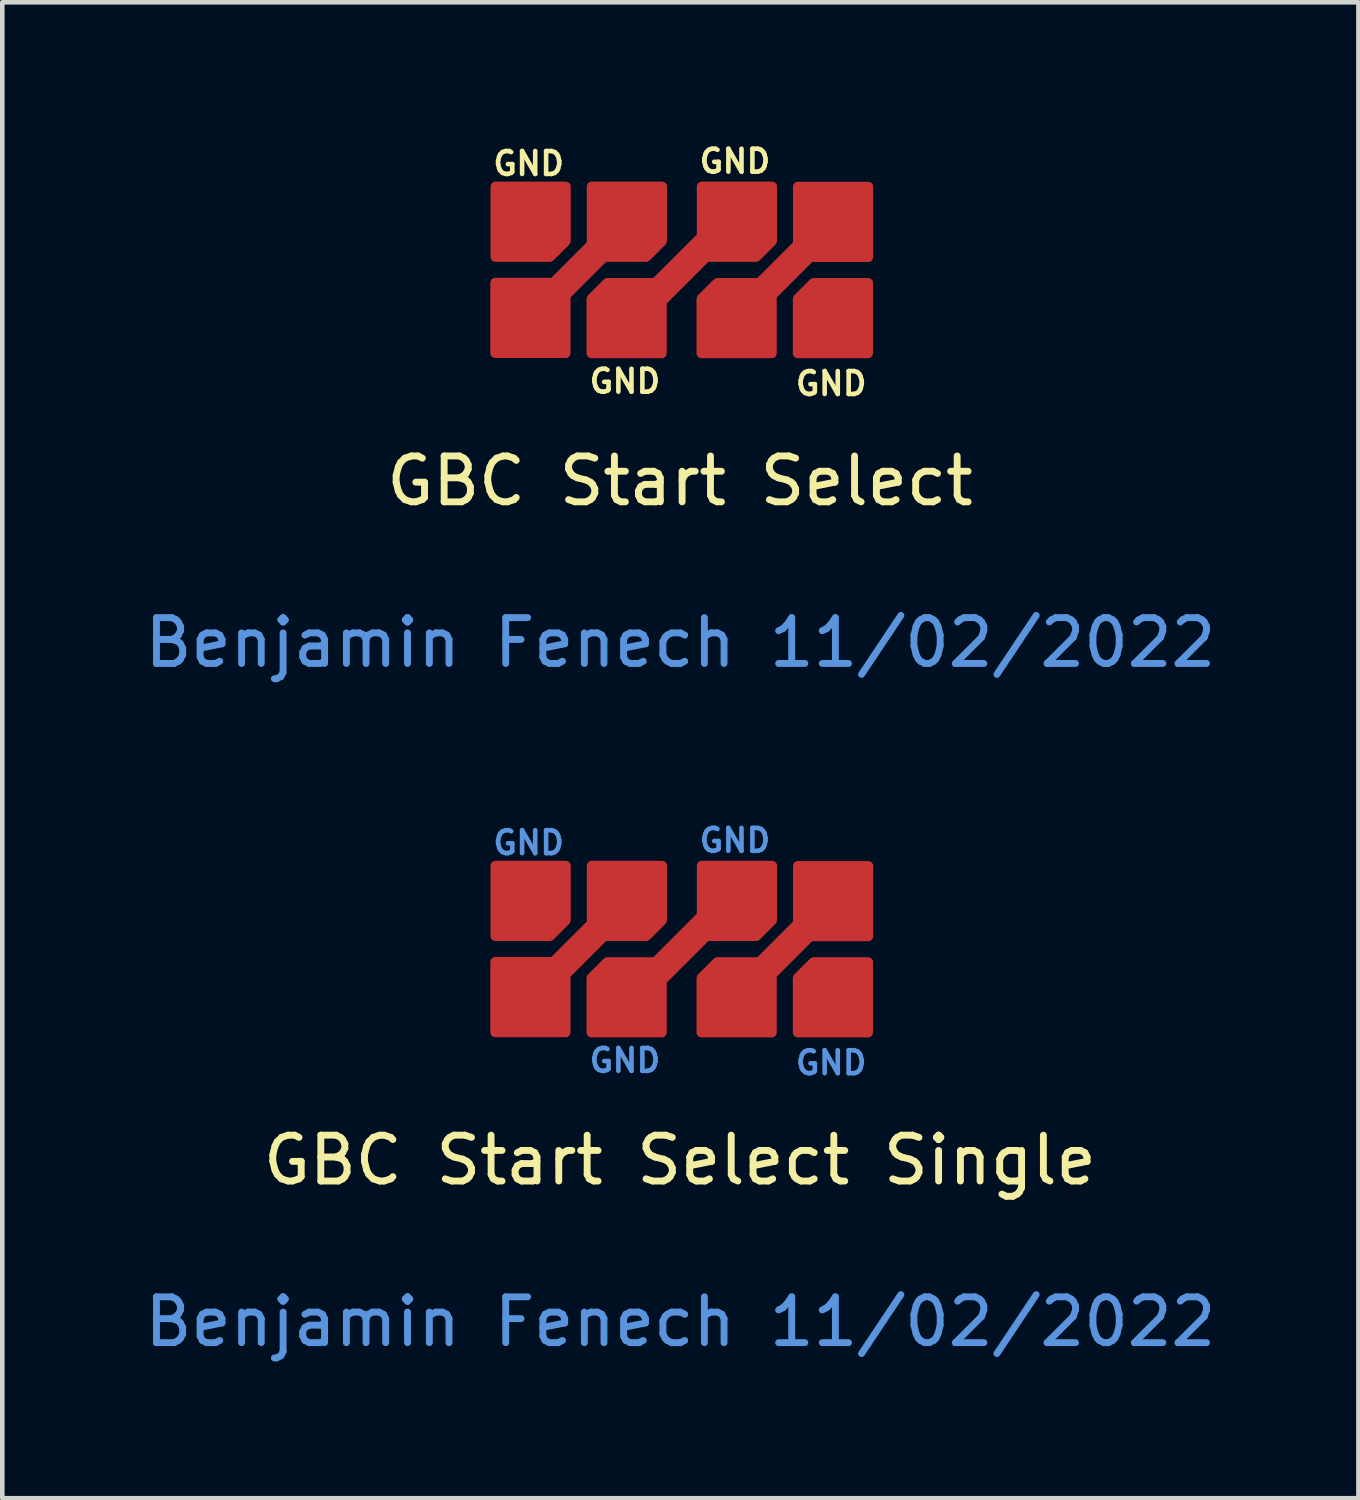
<source format=kicad_pcb>
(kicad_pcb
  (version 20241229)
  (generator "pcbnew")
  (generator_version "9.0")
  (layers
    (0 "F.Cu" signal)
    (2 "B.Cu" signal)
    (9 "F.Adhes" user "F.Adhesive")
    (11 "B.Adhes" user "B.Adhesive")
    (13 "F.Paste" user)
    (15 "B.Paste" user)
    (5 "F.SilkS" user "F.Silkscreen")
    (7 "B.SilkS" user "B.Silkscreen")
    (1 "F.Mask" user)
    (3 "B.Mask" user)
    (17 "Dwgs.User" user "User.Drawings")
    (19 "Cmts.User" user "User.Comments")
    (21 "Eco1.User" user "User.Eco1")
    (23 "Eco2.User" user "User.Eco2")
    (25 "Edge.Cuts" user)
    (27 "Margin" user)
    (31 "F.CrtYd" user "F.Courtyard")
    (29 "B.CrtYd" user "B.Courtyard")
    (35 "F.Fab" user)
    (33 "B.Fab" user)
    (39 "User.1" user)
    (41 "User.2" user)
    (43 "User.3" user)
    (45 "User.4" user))
  (footprint "GBC Start Select Single"
    (layer "F.Cu")
    (at 11.782 17.584)
    (property "Reference" "GBC Start Select Single" (at 0 4.674 0) (unlocked yes) (layer "F.SilkS") (effects (font (size 1 1) (thickness 0.15))))
    (attr smd)
    (fp_text user "GND" (at -3.3 -2.25 0) (unlocked yes) (layer "Cmts.User") (effects (font (size 0.5 0.5) (thickness 0.1))))
    (fp_text user "Benjamin Fenech 11/02/2022" (at 0.01 8.2 0) (unlocked yes) (layer "Cmts.User") (effects (font (size 1 1) (thickness 0.15))))
    (fp_text user "GND" (at 3.3 2.55 0) (unlocked yes) (layer "Cmts.User") (effects (font (size 0.5 0.5) (thickness 0.1))))
    (fp_text user "GND" (at 1.2 -2.3 0) (unlocked yes) (layer "Cmts.User") (effects (font (size 0.5 0.5) (thickness 0.1))))
    (fp_text user "GND" (at -1.2 2.5 0) (unlocked yes) (layer "Cmts.User") (effects (font (size 0.5 0.5) (thickness 0.1))))
    (pad "1" smd custom (at -3.7 -1.35) (size 0.712 0.712) (layers "F.Cu" "F.Mask" "F.Paste") (options (anchor circle)) (primitives (gr_poly (pts (xy 1.218 0.794) (xy 0.869 1.144) (xy -0.332 1.144) (xy -0.332 -0.406) (xy 1.218 -0.406)) (width 0.2) (fill yes)) (gr_poly (pts (xy 0.263 -0.342) (xy 0.321 -0.304) (xy 0.359 -0.246) (xy 0.373 -0.178) (xy 0.373 0.178) (xy 0.359 0.246) (xy 0.321 0.304) (xy 0.263 0.342) (xy 0.195 0.356) (xy -0.192 0.356) (xy -0.26 0.342) (xy -0.318 0.304) (xy -0.356 0.246) (xy -0.37 0.178) (xy -0.37 -0.178) (xy -0.356 -0.246) (xy -0.318 -0.304) (xy -0.26 -0.342) (xy -0.192 -0.356) (xy 0.195 -0.356)) (width 0) (fill yes))))
    (pad "2" smd custom (at -3.63 1.62 90) (size 0.712 0.712) (layers "F.Cu" "F.Mask" "F.Paste") (options (anchor circle)) (primitives (gr_poly (pts (xy 1.278 0.794) (xy 0.928 1.144) (xy -0.272 1.144) (xy -0.272 -0.406) (xy 1.278 -0.406)) (width 0.2) (fill yes)) (gr_poly (pts (xy 0.262 -0.342) (xy 0.319 -0.304) (xy 0.358 -0.246) (xy 0.371 -0.178) (xy 0.371 0.178) (xy 0.358 0.246) (xy 0.319 0.304) (xy 0.262 0.342) (xy 0.194 0.356) (xy -0.194 0.356) (xy -0.262 0.342) (xy -0.319 0.304) (xy -0.358 0.246) (xy -0.371 0.178) (xy -0.371 -0.178) (xy -0.358 -0.246) (xy -0.319 -0.304) (xy -0.262 -0.342) (xy -0.194 -0.356) (xy 0.194 -0.356)) (width 0) (fill yes)) (gr_line (start 1.065 0.935) (end 1.915 1.785) (width 0.6)) (gr_poly (pts (xy 3.376 3.248) (xy 2.176 3.248) (xy 1.826 2.898) (xy 1.826 1.698) (xy 3.376 1.698)) (width 0.2) (fill yes))))
    (pad "3" smd custom (at -0.66 1.49 180) (size 0.712 0.712) (layers "F.Cu" "F.Mask" "F.Paste") (options (anchor circle)) (primitives (gr_poly (pts (xy 0.262 -0.342) (xy 0.319 -0.304) (xy 0.358 -0.246) (xy 0.371 -0.178) (xy 0.371 0.178) (xy 0.358 0.246) (xy 0.319 0.304) (xy 0.262 0.342) (xy 0.194 0.356) (xy -0.194 0.356) (xy -0.262 0.342) (xy -0.319 0.304) (xy -0.358 0.246) (xy -0.371 0.178) (xy -0.371 -0.178) (xy -0.358 -0.246) (xy -0.319 -0.304) (xy -0.262 -0.342) (xy -0.194 -0.356) (xy 0.194 -0.356)) (width 0) (fill yes)) (gr_poly (pts (xy 1.278 0.794) (xy 0.928 1.144) (xy -0.272 1.144) (xy -0.272 -0.406) (xy 1.278 -0.406)) (width 0.2) (fill yes)) (gr_line (start -0.18 0.92) (end -1.33 2.07) (width 0.6)) (gr_poly (pts (xy -1.129 3.246) (xy -2.679 3.246) (xy -2.679 2.046) (xy -2.329 1.696) (xy -1.129 1.696)) (width 0.2) (fill yes))))
    (pad "4" smd custom (at 1.74 1.49 180) (size 0.712 0.712) (layers "F.Cu" "F.Mask" "F.Paste") (options (anchor circle)) (primitives (gr_poly (pts (xy 1.278 0.794) (xy 0.928 1.144) (xy -0.272 1.144) (xy -0.272 -0.406) (xy 1.278 -0.406)) (width 0.2) (fill yes)) (gr_poly (pts (xy 0.262 -0.342) (xy 0.319 -0.304) (xy 0.358 -0.246) (xy 0.371 -0.178) (xy 0.371 0.178) (xy 0.358 0.246) (xy 0.319 0.304) (xy 0.262 0.342) (xy 0.194 0.356) (xy -0.194 0.356) (xy -0.262 0.342) (xy -0.319 0.304) (xy -0.358 0.246) (xy -0.371 0.178) (xy -0.371 -0.178) (xy -0.358 -0.246) (xy -0.319 -0.304) (xy -0.262 -0.342) (xy -0.194 -0.356) (xy 0.194 -0.356)) (width 0) (fill yes)) (gr_line (start -0.175 1.045) (end -1.025 1.895) (width 0.6)) (gr_poly (pts (xy -0.826 2.042) (xy -0.826 3.241) (xy -2.376 3.241) (xy -2.376 1.692) (xy -1.176 1.692)) (width 0.2) (fill yes))))
    (pad "5" smd custom (at 3.84 1.49 180) (size 0.712 0.712) (layers "F.Cu" "F.Mask" "F.Paste") (options (anchor circle)) (primitives (gr_poly (pts (xy 0.262 -0.342) (xy 0.319 -0.304) (xy 0.358 -0.246) (xy 0.371 -0.178) (xy 0.371 0.178) (xy 0.358 0.246) (xy 0.319 0.304) (xy 0.262 0.342) (xy 0.194 0.356) (xy -0.194 0.356) (xy -0.262 0.342) (xy -0.319 0.304) (xy -0.358 0.246) (xy -0.371 0.178) (xy -0.371 -0.178) (xy -0.358 -0.246) (xy -0.319 -0.304) (xy -0.262 -0.342) (xy -0.194 -0.356) (xy 0.194 -0.356)) (width 0) (fill yes)) (gr_poly (pts (xy 1.278 0.794) (xy 0.928 1.144) (xy -0.272 1.144) (xy -0.272 -0.406) (xy 1.278 -0.406)) (width 0.2) (fill yes)))))
  (footprint "GBC Start Select"
    (layer "F.Cu")
    (at 11.782 2.768)
    (property "Reference" "GBC Start Select" (at 0 4.674 0) (unlocked yes) (layer "F.SilkS") (effects (font (size 1 1) (thickness 0.15))))
    (attr smd)
    (fp_line (start -2.695 0.555) (end -1.845 -0.295) (stroke (width 0.6) (type solid)) (layer "F.Cu"))
    (fp_line (start -0.48 0.57) (end 0.52 -0.43) (stroke (width 0.6) (type solid)) (layer "F.Cu"))
    (fp_line (start 1.915 0.445) (end 2.765 -0.405) (stroke (width 0.6) (type solid)) (layer "F.Cu"))
    (fp_text user "GND" (at 1.2 -2.3 0) (unlocked yes) (layer "F.SilkS") (effects (font (size 0.5 0.5) (thickness 0.1))))
    (fp_text user "GND" (at 3.3 2.55 0) (unlocked yes) (layer "F.SilkS") (effects (font (size 0.5 0.5) (thickness 0.1))))
    (fp_text user "GND" (at -3.3 -2.25 0) (unlocked yes) (layer "F.SilkS") (effects (font (size 0.5 0.5) (thickness 0.1))))
    (fp_text user "GND" (at -1.2 2.5 0) (unlocked yes) (layer "F.SilkS") (effects (font (size 0.5 0.5) (thickness 0.1))))
    (fp_text user "Benjamin Fenech 11/02/2022" (at 0.01 8.2 0) (unlocked yes) (layer "Cmts.User") (effects (font (size 1 1) (thickness 0.15))))
    (pad "1" smd custom (at -3.76 -1.35) (size 0.712 0.712) (layers "F.Cu" "F.Mask" "F.Paste") (options (anchor circle)) (primitives (gr_poly (pts (xy 0.262 -0.342) (xy 0.319 -0.304) (xy 0.358 -0.246) (xy 0.371 -0.178) (xy 0.371 0.178) (xy 0.358 0.246) (xy 0.319 0.304) (xy 0.262 0.342) (xy 0.194 0.356) (xy -0.194 0.356) (xy -0.262 0.342) (xy -0.319 0.304) (xy -0.358 0.246) (xy -0.371 0.178) (xy -0.371 -0.178) (xy -0.358 -0.246) (xy -0.319 -0.304) (xy -0.262 -0.342) (xy -0.194 -0.356) (xy 0.194 -0.356)) (width 0) (fill yes)) (gr_poly (pts (xy 1.278 0.794) (xy 0.928 1.144) (xy -0.272 1.144) (xy -0.272 -0.406) (xy 1.278 -0.406)) (width 0.2) (fill yes))))
    (pad "2" smd custom (at -1.66 -1.35) (size 0.712 0.712) (layers "F.Cu" "F.Mask" "F.Paste") (options (anchor circle)) (primitives (gr_poly (pts (xy 0.262 -0.342) (xy 0.319 -0.304) (xy 0.358 -0.246) (xy 0.371 -0.178) (xy 0.371 0.178) (xy 0.358 0.246) (xy 0.319 0.304) (xy 0.262 0.342) (xy 0.194 0.356) (xy -0.194 0.356) (xy -0.262 0.342) (xy -0.319 0.304) (xy -0.358 0.246) (xy -0.371 0.178) (xy -0.371 -0.178) (xy -0.358 -0.246) (xy -0.319 -0.304) (xy -0.262 -0.342) (xy -0.194 -0.356) (xy 0.194 -0.356)) (width 0) (fill yes)) (gr_poly (pts (xy 1.278 0.794) (xy 0.928 1.144) (xy -0.272 1.144) (xy -0.272 -0.406) (xy 1.278 -0.406)) (width 0.2) (fill yes))))
    (pad "3" smd custom (at 0.74 -1.35) (size 0.712 0.712) (layers "F.Cu" "F.Mask" "F.Paste") (options (anchor circle)) (primitives (gr_poly (pts (xy 0.262 -0.342) (xy 0.319 -0.304) (xy 0.358 -0.246) (xy 0.371 -0.178) (xy 0.371 0.178) (xy 0.358 0.246) (xy 0.319 0.304) (xy 0.262 0.342) (xy 0.194 0.356) (xy -0.194 0.356) (xy -0.262 0.342) (xy -0.319 0.304) (xy -0.358 0.246) (xy -0.371 0.178) (xy -0.371 -0.178) (xy -0.358 -0.246) (xy -0.319 -0.304) (xy -0.262 -0.342) (xy -0.194 -0.356) (xy 0.194 -0.356)) (width 0) (fill yes)) (gr_poly (pts (xy 1.278 0.794) (xy 0.928 1.144) (xy -0.272 1.144) (xy -0.272 -0.406) (xy 1.278 -0.406)) (width 0.2) (fill yes))))
    (pad "4" smd custom (at 3.71 -1.48 270) (size 0.712 0.712) (layers "F.Cu" "F.Mask" "F.Paste") (options (anchor circle)) (primitives (gr_poly (pts (xy 0.262 -0.342) (xy 0.319 -0.304) (xy 0.358 -0.246) (xy 0.371 -0.178) (xy 0.371 0.178) (xy 0.358 0.246) (xy 0.319 0.304) (xy 0.262 0.342) (xy 0.194 0.356) (xy -0.194 0.356) (xy -0.262 0.342) (xy -0.319 0.304) (xy -0.358 0.246) (xy -0.371 0.178) (xy -0.371 -0.178) (xy -0.358 -0.246) (xy -0.319 -0.304) (xy -0.262 -0.342) (xy -0.194 -0.356) (xy 0.194 -0.356)) (width 0) (fill yes)) (gr_poly (pts (xy 1.278 0.794) (xy 0.928 1.144) (xy -0.272 1.144) (xy -0.272 -0.406) (xy 1.278 -0.406)) (width 0.2) (fill yes))))
    (pad "5" smd custom (at -3.63 1.62 90) (size 0.712 0.712) (layers "F.Cu" "F.Mask" "F.Paste") (options (anchor circle)) (primitives (gr_poly (pts (xy 0.262 -0.342) (xy 0.319 -0.304) (xy 0.358 -0.246) (xy 0.371 -0.178) (xy 0.371 0.178) (xy 0.358 0.246) (xy 0.319 0.304) (xy 0.262 0.342) (xy 0.194 0.356) (xy -0.194 0.356) (xy -0.262 0.342) (xy -0.319 0.304) (xy -0.358 0.246) (xy -0.371 0.178) (xy -0.371 -0.178) (xy -0.358 -0.246) (xy -0.319 -0.304) (xy -0.262 -0.342) (xy -0.194 -0.356) (xy 0.194 -0.356)) (width 0) (fill yes)) (gr_poly (pts (xy 1.278 0.794) (xy 0.928 1.144) (xy -0.272 1.144) (xy -0.272 -0.406) (xy 1.278 -0.406)) (width 0.2) (fill yes))))
    (pad "6" smd custom (at -0.66 1.49 180) (size 0.712 0.712) (layers "F.Cu" "F.Mask" "F.Paste") (options (anchor circle)) (primitives (gr_poly (pts (xy 0.262 -0.342) (xy 0.319 -0.304) (xy 0.358 -0.246) (xy 0.371 -0.178) (xy 0.371 0.178) (xy 0.358 0.246) (xy 0.319 0.304) (xy 0.262 0.342) (xy 0.194 0.356) (xy -0.194 0.356) (xy -0.262 0.342) (xy -0.319 0.304) (xy -0.358 0.246) (xy -0.371 0.178) (xy -0.371 -0.178) (xy -0.358 -0.246) (xy -0.319 -0.304) (xy -0.262 -0.342) (xy -0.194 -0.356) (xy 0.194 -0.356)) (width 0) (fill yes)) (gr_poly (pts (xy 1.278 0.794) (xy 0.928 1.144) (xy -0.272 1.144) (xy -0.272 -0.406) (xy 1.278 -0.406)) (width 0.2) (fill yes))))
    (pad "7" smd custom (at 1.74 1.49 180) (size 0.712 0.712) (layers "F.Cu" "F.Mask" "F.Paste") (options (anchor circle)) (primitives (gr_poly (pts (xy 0.262 -0.342) (xy 0.319 -0.304) (xy 0.358 -0.246) (xy 0.371 -0.178) (xy 0.371 0.178) (xy 0.358 0.246) (xy 0.319 0.304) (xy 0.262 0.342) (xy 0.194 0.356) (xy -0.194 0.356) (xy -0.262 0.342) (xy -0.319 0.304) (xy -0.358 0.246) (xy -0.371 0.178) (xy -0.371 -0.178) (xy -0.358 -0.246) (xy -0.319 -0.304) (xy -0.262 -0.342) (xy -0.194 -0.356) (xy 0.194 -0.356)) (width 0) (fill yes)) (gr_poly (pts (xy 1.278 0.794) (xy 0.928 1.144) (xy -0.272 1.144) (xy -0.272 -0.406) (xy 1.278 -0.406)) (width 0.2) (fill yes))))
    (pad "8" smd custom (at 3.84 1.49 180) (size 0.712 0.712) (layers "F.Cu" "F.Mask" "F.Paste") (options (anchor circle)) (primitives (gr_poly (pts (xy 0.262 -0.342) (xy 0.319 -0.304) (xy 0.358 -0.246) (xy 0.371 -0.178) (xy 0.371 0.178) (xy 0.358 0.246) (xy 0.319 0.304) (xy 0.262 0.342) (xy 0.194 0.356) (xy -0.194 0.356) (xy -0.262 0.342) (xy -0.319 0.304) (xy -0.358 0.246) (xy -0.371 0.178) (xy -0.371 -0.178) (xy -0.358 -0.246) (xy -0.319 -0.304) (xy -0.262 -0.342) (xy -0.194 -0.356) (xy 0.194 -0.356)) (width 0) (fill yes)) (gr_poly (pts (xy 1.278 0.794) (xy 0.928 1.144) (xy -0.272 1.144) (xy -0.272 -0.406) (xy 1.278 -0.406)) (width 0.2) (fill yes)))))
  (gr_rect
    (start -3 -3)
    (end 26.583 29.633)
    (stroke (width 0.1) (type default))
    (fill no)
    (layer "Edge.Cuts")))
</source>
